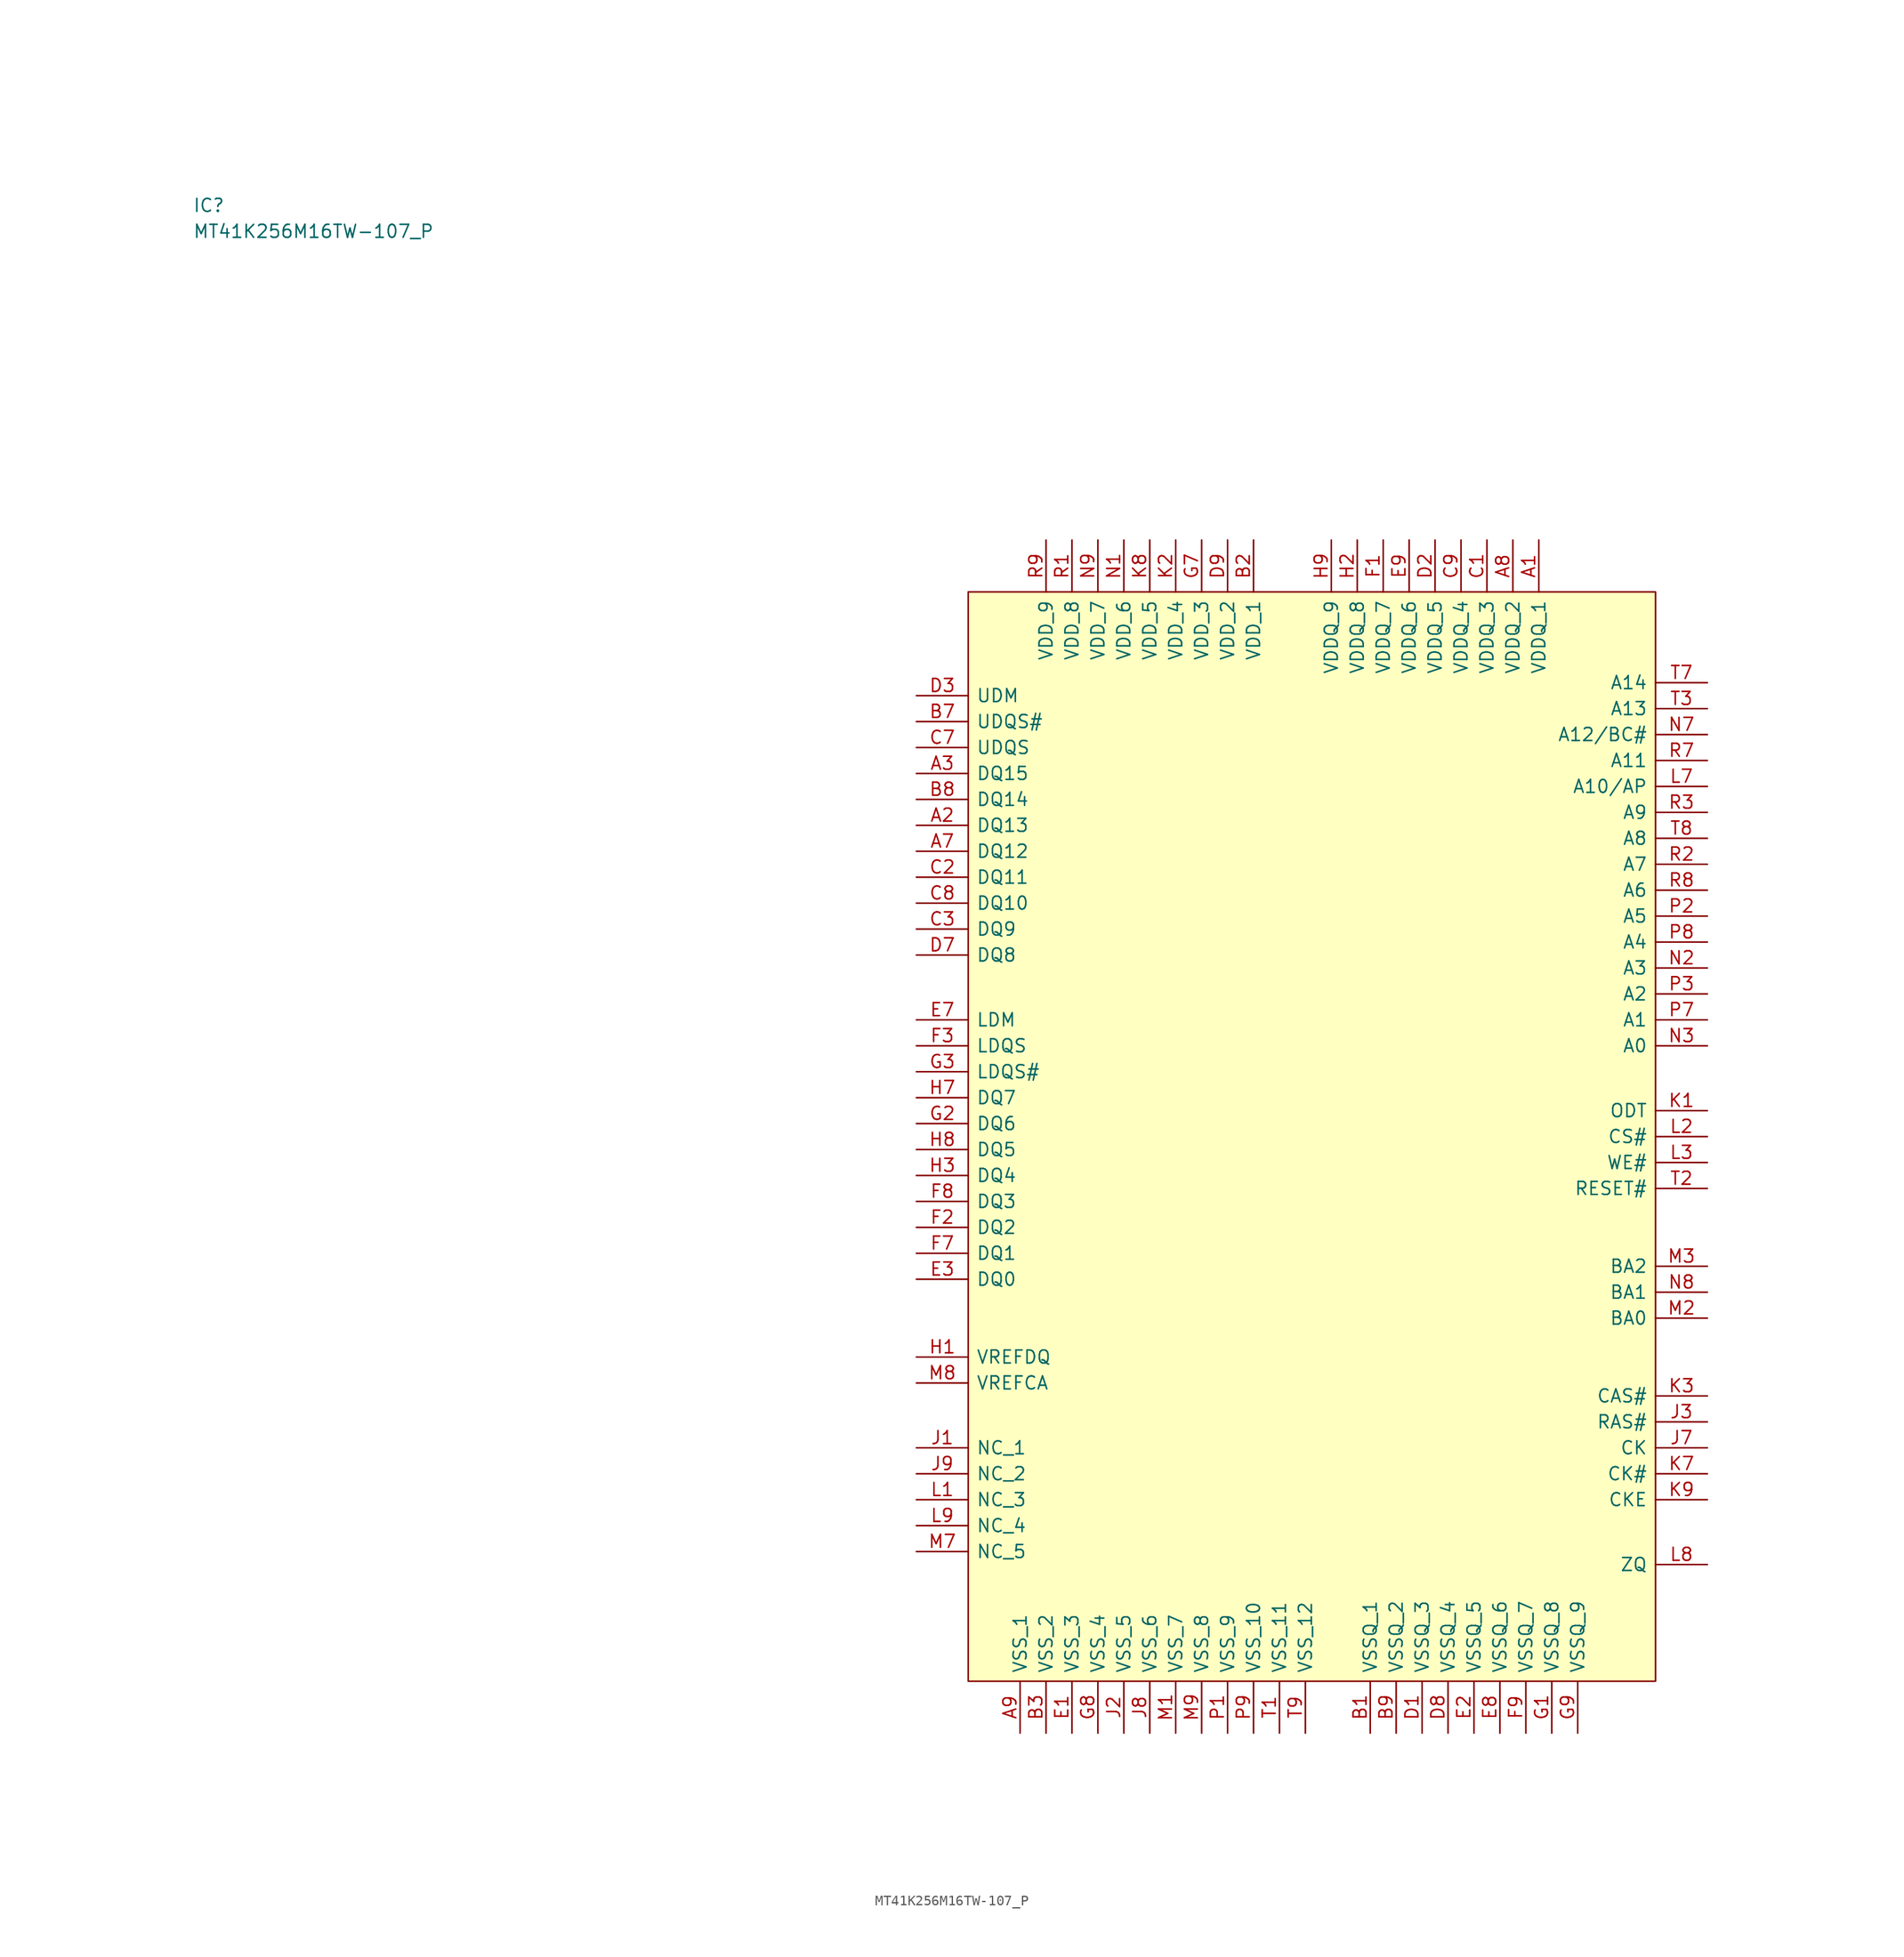
<source format=kicad_sym>
(kicad_symbol_lib
  (version 20241209)
  (generator "kicad_symbol_editor")
  (generator_version "9.0")
  (symbol "MT41K256M16TW-107_P"
    (pin_names
      (offset 0.762))
    (property "Reference" "IC"
      (at -75.946 37.846 0)
      (effects (font (size 1.27 1.27)) (justify left)))
    (property "Value" "MT41K256M16TW-107_P"
      (at -75.946 35.306 0)
      (effects (font (size 1.27 1.27)) (justify left)))
    (symbol "MT41K256M16TW-107_P_0_0"
      (pin passive line (at -5.08 -10.16 0) (length 5.08) (name "UDM" (effects (font (size 1.27 1.27)))) (number "D3" (effects (font (size 1.27 1.27)))))
      (pin passive line (at -5.08 -12.7 0) (length 5.08) (name "UDQS#" (effects (font (size 1.27 1.27)))) (number "B7" (effects (font (size 1.27 1.27)))))
      (pin passive line (at -5.08 -15.24 0) (length 5.08) (name "UDQS" (effects (font (size 1.27 1.27)))) (number "C7" (effects (font (size 1.27 1.27)))))
      (pin passive line (at -5.08 -17.78 0) (length 5.08) (name "DQ15" (effects (font (size 1.27 1.27)))) (number "A3" (effects (font (size 1.27 1.27)))))
      (pin passive line (at -5.08 -20.32 0) (length 5.08) (name "DQ14" (effects (font (size 1.27 1.27)))) (number "B8" (effects (font (size 1.27 1.27)))))
      (pin passive line (at -5.08 -22.86 0) (length 5.08) (name "DQ13" (effects (font (size 1.27 1.27)))) (number "A2" (effects (font (size 1.27 1.27)))))
      (pin passive line (at -5.08 -25.4 0) (length 5.08) (name "DQ12" (effects (font (size 1.27 1.27)))) (number "A7" (effects (font (size 1.27 1.27)))))
      (pin passive line (at -5.08 -27.94 0) (length 5.08) (name "DQ11" (effects (font (size 1.27 1.27)))) (number "C2" (effects (font (size 1.27 1.27)))))
      (pin passive line (at -5.08 -30.48 0) (length 5.08) (name "DQ10" (effects (font (size 1.27 1.27)))) (number "C8" (effects (font (size 1.27 1.27)))))
      (pin passive line (at -5.08 -33.02 0) (length 5.08) (name "DQ9" (effects (font (size 1.27 1.27)))) (number "C3" (effects (font (size 1.27 1.27)))))
      (pin passive line (at -5.08 -35.56 0) (length 5.08) (name "DQ8" (effects (font (size 1.27 1.27)))) (number "D7" (effects (font (size 1.27 1.27)))))
      (pin passive line (at -5.08 -41.91 0) (length 5.08) (name "LDM" (effects (font (size 1.27 1.27)))) (number "E7" (effects (font (size 1.27 1.27)))))
      (pin passive line (at -5.08 -44.45 0) (length 5.08) (name "LDQS" (effects (font (size 1.27 1.27)))) (number "F3" (effects (font (size 1.27 1.27)))))
      (pin passive line (at -5.08 -46.99 0) (length 5.08) (name "LDQS#" (effects (font (size 1.27 1.27)))) (number "G3" (effects (font (size 1.27 1.27)))))
      (pin passive line (at -5.08 -49.53 0) (length 5.08) (name "DQ7" (effects (font (size 1.27 1.27)))) (number "H7" (effects (font (size 1.27 1.27)))))
      (pin passive line (at -5.08 -52.07 0) (length 5.08) (name "DQ6" (effects (font (size 1.27 1.27)))) (number "G2" (effects (font (size 1.27 1.27)))))
      (pin passive line (at -5.08 -54.61 0) (length 5.08) (name "DQ5" (effects (font (size 1.27 1.27)))) (number "H8" (effects (font (size 1.27 1.27)))))
      (pin passive line (at -5.08 -57.15 0) (length 5.08) (name "DQ4" (effects (font (size 1.27 1.27)))) (number "H3" (effects (font (size 1.27 1.27)))))
      (pin passive line (at -5.08 -59.69 0) (length 5.08) (name "DQ3" (effects (font (size 1.27 1.27)))) (number "F8" (effects (font (size 1.27 1.27)))))
      (pin passive line (at -5.08 -62.23 0) (length 5.08) (name "DQ2" (effects (font (size 1.27 1.27)))) (number "F2" (effects (font (size 1.27 1.27)))))
      (pin passive line (at -5.08 -64.77 0) (length 5.08) (name "DQ1" (effects (font (size 1.27 1.27)))) (number "F7" (effects (font (size 1.27 1.27)))))
      (pin passive line (at -5.08 -67.31 0) (length 5.08) (name "DQ0" (effects (font (size 1.27 1.27)))) (number "E3" (effects (font (size 1.27 1.27)))))
      (pin passive line (at -5.08 -74.93 0) (length 5.08) (name "VREFDQ" (effects (font (size 1.27 1.27)))) (number "H1" (effects (font (size 1.27 1.27)))))
      (pin passive line (at -5.08 -77.47 0) (length 5.08) (name "VREFCA" (effects (font (size 1.27 1.27)))) (number "M8" (effects (font (size 1.27 1.27)))))
      (pin passive line (at -5.08 -83.82 0) (length 5.08) (name "NC_1" (effects (font (size 1.27 1.27)))) (number "J1" (effects (font (size 1.27 1.27)))))
      (pin passive line (at -5.08 -86.36 0) (length 5.08) (name "NC_2" (effects (font (size 1.27 1.27)))) (number "J9" (effects (font (size 1.27 1.27)))))
      (pin passive line (at -5.08 -88.9 0) (length 5.08) (name "NC_3" (effects (font (size 1.27 1.27)))) (number "L1" (effects (font (size 1.27 1.27)))))
      (pin passive line (at -5.08 -91.44 0) (length 5.08) (name "NC_4" (effects (font (size 1.27 1.27)))) (number "L9" (effects (font (size 1.27 1.27)))))
      (pin passive line (at -5.08 -93.98 0) (length 5.08) (name "NC_5" (effects (font (size 1.27 1.27)))) (number "M7" (effects (font (size 1.27 1.27)))))
      (pin passive line (at 5.08 -111.76 90) (length 5.08) (name "VSS_1" (effects (font (size 1.27 1.27)))) (number "A9" (effects (font (size 1.27 1.27)))))
      (pin passive line (at 7.62 5.08 270) (length 5.08) (name "VDD_9" (effects (font (size 1.27 1.27)))) (number "R9" (effects (font (size 1.27 1.27)))))
      (pin passive line (at 7.62 -111.76 90) (length 5.08) (name "VSS_2" (effects (font (size 1.27 1.27)))) (number "B3" (effects (font (size 1.27 1.27)))))
      (pin passive line (at 10.16 5.08 270) (length 5.08) (name "VDD_8" (effects (font (size 1.27 1.27)))) (number "R1" (effects (font (size 1.27 1.27)))))
      (pin passive line (at 10.16 -111.76 90) (length 5.08) (name "VSS_3" (effects (font (size 1.27 1.27)))) (number "E1" (effects (font (size 1.27 1.27)))))
      (pin passive line (at 12.7 5.08 270) (length 5.08) (name "VDD_7" (effects (font (size 1.27 1.27)))) (number "N9" (effects (font (size 1.27 1.27)))))
      (pin passive line (at 12.7 -111.76 90) (length 5.08) (name "VSS_4" (effects (font (size 1.27 1.27)))) (number "G8" (effects (font (size 1.27 1.27)))))
      (pin passive line (at 15.24 5.08 270) (length 5.08) (name "VDD_6" (effects (font (size 1.27 1.27)))) (number "N1" (effects (font (size 1.27 1.27)))))
      (pin passive line (at 15.24 -111.76 90) (length 5.08) (name "VSS_5" (effects (font (size 1.27 1.27)))) (number "J2" (effects (font (size 1.27 1.27)))))
      (pin passive line (at 17.78 5.08 270) (length 5.08) (name "VDD_5" (effects (font (size 1.27 1.27)))) (number "K8" (effects (font (size 1.27 1.27)))))
      (pin passive line (at 17.78 -111.76 90) (length 5.08) (name "VSS_6" (effects (font (size 1.27 1.27)))) (number "J8" (effects (font (size 1.27 1.27)))))
      (pin passive line (at 20.32 5.08 270) (length 5.08) (name "VDD_4" (effects (font (size 1.27 1.27)))) (number "K2" (effects (font (size 1.27 1.27)))))
      (pin passive line (at 20.32 -111.76 90) (length 5.08) (name "VSS_7" (effects (font (size 1.27 1.27)))) (number "M1" (effects (font (size 1.27 1.27)))))
      (pin passive line (at 22.86 5.08 270) (length 5.08) (name "VDD_3" (effects (font (size 1.27 1.27)))) (number "G7" (effects (font (size 1.27 1.27)))))
      (pin passive line (at 22.86 -111.76 90) (length 5.08) (name "VSS_8" (effects (font (size 1.27 1.27)))) (number "M9" (effects (font (size 1.27 1.27)))))
      (pin passive line (at 25.4 5.08 270) (length 5.08) (name "VDD_2" (effects (font (size 1.27 1.27)))) (number "D9" (effects (font (size 1.27 1.27)))))
      (pin passive line (at 25.4 -111.76 90) (length 5.08) (name "VSS_9" (effects (font (size 1.27 1.27)))) (number "P1" (effects (font (size 1.27 1.27)))))
      (pin passive line (at 27.94 5.08 270) (length 5.08) (name "VDD_1" (effects (font (size 1.27 1.27)))) (number "B2" (effects (font (size 1.27 1.27)))))
      (pin passive line (at 27.94 -111.76 90) (length 5.08) (name "VSS_10" (effects (font (size 1.27 1.27)))) (number "P9" (effects (font (size 1.27 1.27)))))
      (pin passive line (at 30.48 -111.76 90) (length 5.08) (name "VSS_11" (effects (font (size 1.27 1.27)))) (number "T1" (effects (font (size 1.27 1.27)))))
      (pin passive line (at 33.02 -111.76 90) (length 5.08) (name "VSS_12" (effects (font (size 1.27 1.27)))) (number "T9" (effects (font (size 1.27 1.27)))))
      (pin passive line (at 35.56 5.08 270) (length 5.08) (name "VDDQ_9" (effects (font (size 1.27 1.27)))) (number "H9" (effects (font (size 1.27 1.27)))))
      (pin passive line (at 38.1 5.08 270) (length 5.08) (name "VDDQ_8" (effects (font (size 1.27 1.27)))) (number "H2" (effects (font (size 1.27 1.27)))))
      (pin passive line (at 39.37 -111.76 90) (length 5.08) (name "VSSQ_1" (effects (font (size 1.27 1.27)))) (number "B1" (effects (font (size 1.27 1.27)))))
      (pin passive line (at 40.64 5.08 270) (length 5.08) (name "VDDQ_7" (effects (font (size 1.27 1.27)))) (number "F1" (effects (font (size 1.27 1.27)))))
      (pin passive line (at 41.91 -111.76 90) (length 5.08) (name "VSSQ_2" (effects (font (size 1.27 1.27)))) (number "B9" (effects (font (size 1.27 1.27)))))
      (pin passive line (at 43.18 5.08 270) (length 5.08) (name "VDDQ_6" (effects (font (size 1.27 1.27)))) (number "E9" (effects (font (size 1.27 1.27)))))
      (pin passive line (at 44.45 -111.76 90) (length 5.08) (name "VSSQ_3" (effects (font (size 1.27 1.27)))) (number "D1" (effects (font (size 1.27 1.27)))))
      (pin passive line (at 45.72 5.08 270) (length 5.08) (name "VDDQ_5" (effects (font (size 1.27 1.27)))) (number "D2" (effects (font (size 1.27 1.27)))))
      (pin passive line (at 46.99 -111.76 90) (length 5.08) (name "VSSQ_4" (effects (font (size 1.27 1.27)))) (number "D8" (effects (font (size 1.27 1.27)))))
      (pin passive line (at 48.26 5.08 270) (length 5.08) (name "VDDQ_4" (effects (font (size 1.27 1.27)))) (number "C9" (effects (font (size 1.27 1.27)))))
      (pin passive line (at 49.53 -111.76 90) (length 5.08) (name "VSSQ_5" (effects (font (size 1.27 1.27)))) (number "E2" (effects (font (size 1.27 1.27)))))
      (pin passive line (at 50.8 5.08 270) (length 5.08) (name "VDDQ_3" (effects (font (size 1.27 1.27)))) (number "C1" (effects (font (size 1.27 1.27)))))
      (pin passive line (at 52.07 -111.76 90) (length 5.08) (name "VSSQ_6" (effects (font (size 1.27 1.27)))) (number "E8" (effects (font (size 1.27 1.27)))))
      (pin passive line (at 53.34 5.08 270) (length 5.08) (name "VDDQ_2" (effects (font (size 1.27 1.27)))) (number "A8" (effects (font (size 1.27 1.27)))))
      (pin passive line (at 54.61 -111.76 90) (length 5.08) (name "VSSQ_7" (effects (font (size 1.27 1.27)))) (number "F9" (effects (font (size 1.27 1.27)))))
      (pin passive line (at 55.88 5.08 270) (length 5.08) (name "VDDQ_1" (effects (font (size 1.27 1.27)))) (number "A1" (effects (font (size 1.27 1.27)))))
      (pin passive line (at 57.15 -111.76 90) (length 5.08) (name "VSSQ_8" (effects (font (size 1.27 1.27)))) (number "G1" (effects (font (size 1.27 1.27)))))
      (pin passive line (at 59.69 -111.76 90) (length 5.08) (name "VSSQ_9" (effects (font (size 1.27 1.27)))) (number "G9" (effects (font (size 1.27 1.27)))))
      (pin passive line (at 72.39 -8.89 180) (length 5.08) (name "A14" (effects (font (size 1.27 1.27)))) (number "T7" (effects (font (size 1.27 1.27)))))
      (pin passive line (at 72.39 -11.43 180) (length 5.08) (name "A13" (effects (font (size 1.27 1.27)))) (number "T3" (effects (font (size 1.27 1.27)))))
      (pin passive line (at 72.39 -13.97 180) (length 5.08) (name "A12/BC#" (effects (font (size 1.27 1.27)))) (number "N7" (effects (font (size 1.27 1.27)))))
      (pin passive line (at 72.39 -16.51 180) (length 5.08) (name "A11" (effects (font (size 1.27 1.27)))) (number "R7" (effects (font (size 1.27 1.27)))))
      (pin passive line (at 72.39 -19.05 180) (length 5.08) (name "A10/AP" (effects (font (size 1.27 1.27)))) (number "L7" (effects (font (size 1.27 1.27)))))
      (pin passive line (at 72.39 -21.59 180) (length 5.08) (name "A9" (effects (font (size 1.27 1.27)))) (number "R3" (effects (font (size 1.27 1.27)))))
      (pin passive line (at 72.39 -24.13 180) (length 5.08) (name "A8" (effects (font (size 1.27 1.27)))) (number "T8" (effects (font (size 1.27 1.27)))))
      (pin passive line (at 72.39 -26.67 180) (length 5.08) (name "A7" (effects (font (size 1.27 1.27)))) (number "R2" (effects (font (size 1.27 1.27)))))
      (pin passive line (at 72.39 -29.21 180) (length 5.08) (name "A6" (effects (font (size 1.27 1.27)))) (number "R8" (effects (font (size 1.27 1.27)))))
      (pin passive line (at 72.39 -31.75 180) (length 5.08) (name "A5" (effects (font (size 1.27 1.27)))) (number "P2" (effects (font (size 1.27 1.27)))))
      (pin passive line (at 72.39 -34.29 180) (length 5.08) (name "A4" (effects (font (size 1.27 1.27)))) (number "P8" (effects (font (size 1.27 1.27)))))
      (pin passive line (at 72.39 -36.83 180) (length 5.08) (name "A3" (effects (font (size 1.27 1.27)))) (number "N2" (effects (font (size 1.27 1.27)))))
      (pin passive line (at 72.39 -39.37 180) (length 5.08) (name "A2" (effects (font (size 1.27 1.27)))) (number "P3" (effects (font (size 1.27 1.27)))))
      (pin passive line (at 72.39 -41.91 180) (length 5.08) (name "A1" (effects (font (size 1.27 1.27)))) (number "P7" (effects (font (size 1.27 1.27)))))
      (pin passive line (at 72.39 -44.45 180) (length 5.08) (name "A0" (effects (font (size 1.27 1.27)))) (number "N3" (effects (font (size 1.27 1.27)))))
      (pin passive line (at 72.39 -50.8 180) (length 5.08) (name "ODT" (effects (font (size 1.27 1.27)))) (number "K1" (effects (font (size 1.27 1.27)))))
      (pin passive line (at 72.39 -53.34 180) (length 5.08) (name "CS#" (effects (font (size 1.27 1.27)))) (number "L2" (effects (font (size 1.27 1.27)))))
      (pin passive line (at 72.39 -55.88 180) (length 5.08) (name "WE#" (effects (font (size 1.27 1.27)))) (number "L3" (effects (font (size 1.27 1.27)))))
      (pin passive line (at 72.39 -58.42 180) (length 5.08) (name "RESET#" (effects (font (size 1.27 1.27)))) (number "T2" (effects (font (size 1.27 1.27)))))
      (pin passive line (at 72.39 -66.04 180) (length 5.08) (name "BA2" (effects (font (size 1.27 1.27)))) (number "M3" (effects (font (size 1.27 1.27)))))
      (pin passive line (at 72.39 -68.58 180) (length 5.08) (name "BA1" (effects (font (size 1.27 1.27)))) (number "N8" (effects (font (size 1.27 1.27)))))
      (pin passive line (at 72.39 -71.12 180) (length 5.08) (name "BA0" (effects (font (size 1.27 1.27)))) (number "M2" (effects (font (size 1.27 1.27)))))
      (pin passive line (at 72.39 -78.74 180) (length 5.08) (name "CAS#" (effects (font (size 1.27 1.27)))) (number "K3" (effects (font (size 1.27 1.27)))))
      (pin passive line (at 72.39 -81.28 180) (length 5.08) (name "RAS#" (effects (font (size 1.27 1.27)))) (number "J3" (effects (font (size 1.27 1.27)))))
      (pin passive line (at 72.39 -83.82 180) (length 5.08) (name "CK" (effects (font (size 1.27 1.27)))) (number "J7" (effects (font (size 1.27 1.27)))))
      (pin passive line (at 72.39 -86.36 180) (length 5.08) (name "CK#" (effects (font (size 1.27 1.27)))) (number "K7" (effects (font (size 1.27 1.27)))))
      (pin passive line (at 72.39 -88.9 180) (length 5.08) (name "CKE" (effects (font (size 1.27 1.27)))) (number "K9" (effects (font (size 1.27 1.27)))))
      (pin passive line (at 72.39 -95.25 180) (length 5.08) (name "ZQ" (effects (font (size 1.27 1.27)))) (number "L8" (effects (font (size 1.27 1.27))))))
    (symbol "MT41K256M16TW-107_P_1_1"
      (rectangle (start 0 0) (end 67.31 -106.68) (stroke (width 0) (type solid)) (fill (type background))))))
</source>
